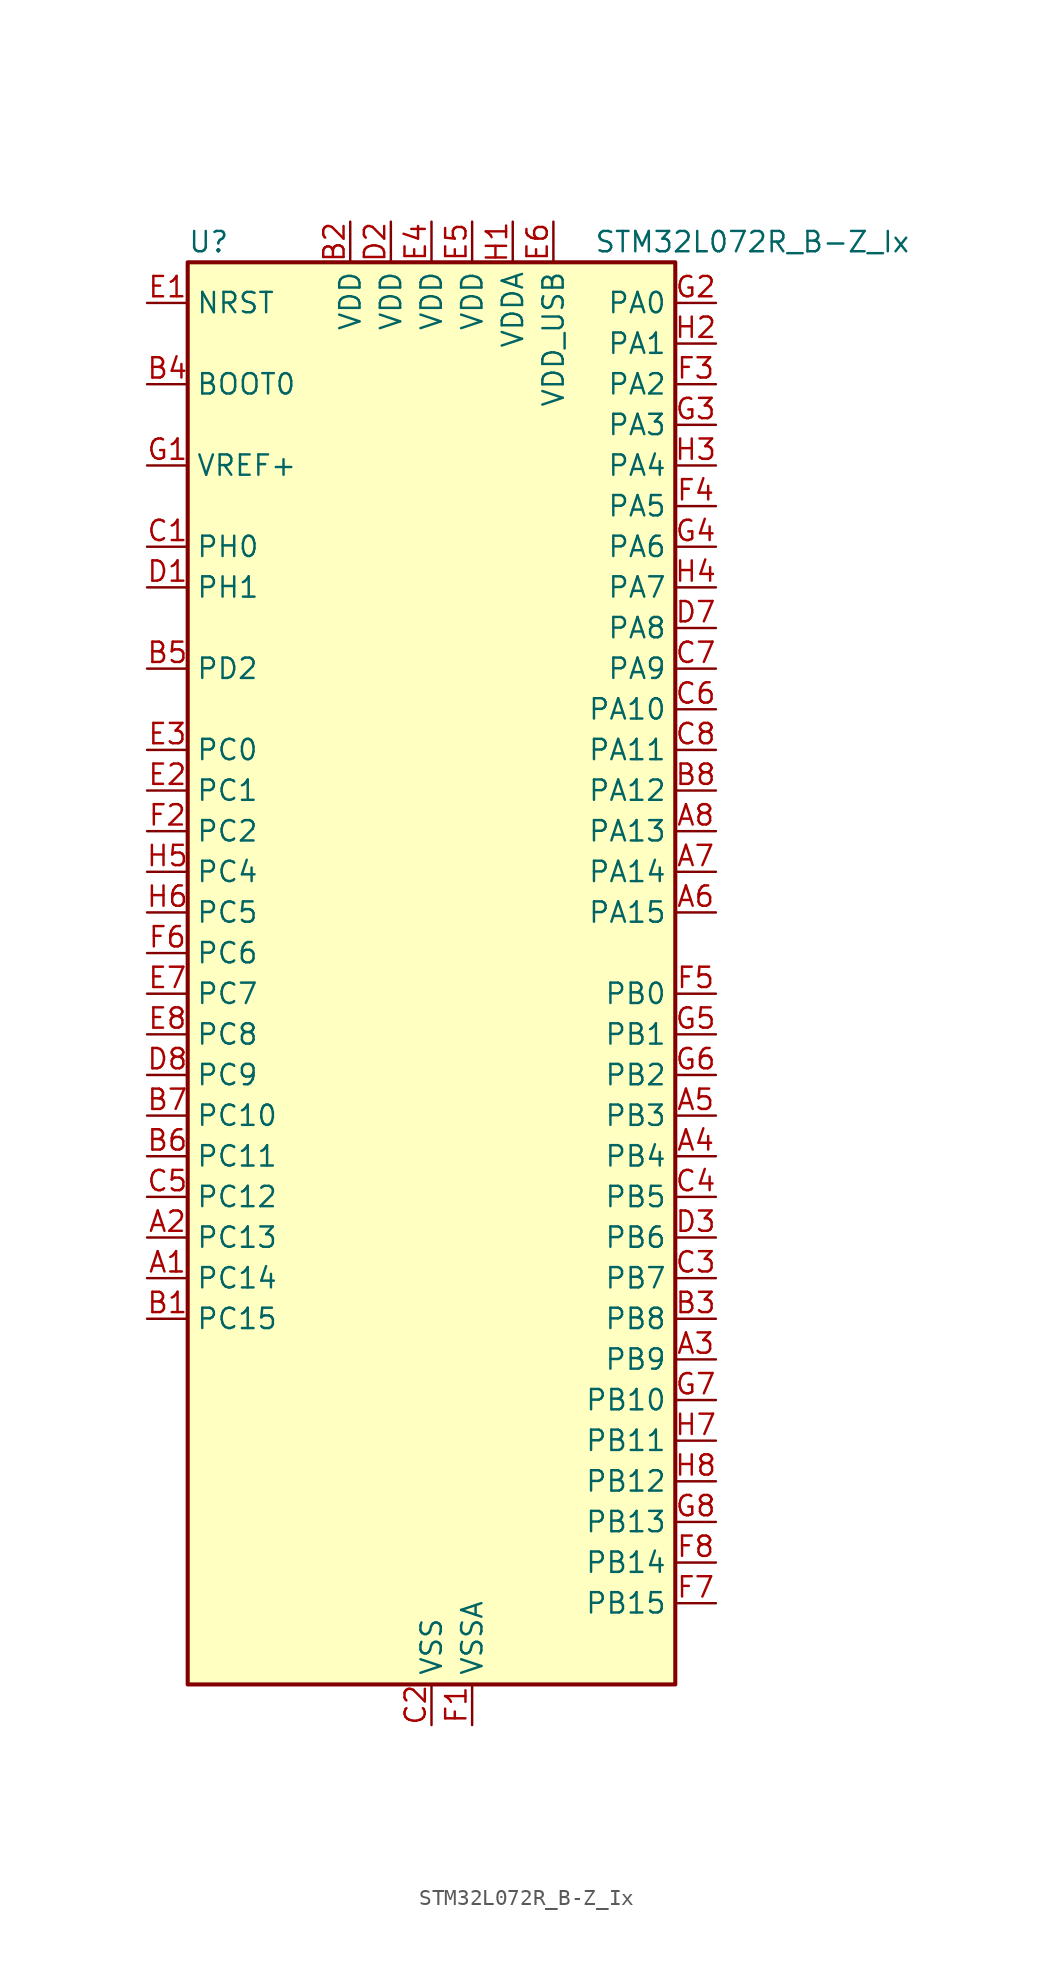
<source format=kicad_sym>
(kicad_symbol_lib
  (version 20220914)
  (generator kicad_symbol_editor)
  (symbol "STM32L072R_B-Z_Ix"
    (property "Reference" "U"
      (at -15.24 46.99 0)
      (effects (font (size 1.27 1.27)) (justify left)))
    (property "Value" "STM32L072R_B-Z_Ix"
      (at 10.16 46.99 0)
      (effects (font (size 1.27 1.27)) (justify left)))
    (property "ki_locked" ""
      (at 0 0 0)
      (effects (font (size 1.27 1.27))))
    (symbol "STM32L072R_B-Z_Ix_0_1"
      (rectangle (start -15.24 -43.18) (end 15.24 45.72) (stroke (width 0.254) (type default)) (fill (type background))))
    (symbol "STM32L072R_B-Z_Ix_1_1"
      (pin bidirectional line (at -17.78 -17.78 0) (length 2.54) (name "PC14" (effects (font (size 1.27 1.27)))) (number "A1" (effects (font (size 1.27 1.27)))) (alternate "RCC_OSC32_IN" bidirectional line))
      (pin bidirectional line (at -17.78 -15.24 0) (length 2.54) (name "PC13" (effects (font (size 1.27 1.27)))) (number "A2" (effects (font (size 1.27 1.27)))) (alternate "RTC_OUT_ALARM" bidirectional line) (alternate "RTC_OUT_CALIB" bidirectional line) (alternate "RTC_TAMP1" bidirectional line) (alternate "RTC_TS" bidirectional line) (alternate "SYS_WKUP2" bidirectional line))
      (pin bidirectional line (at 17.78 -22.86 180) (length 2.54) (name "PB9" (effects (font (size 1.27 1.27)))) (number "A3" (effects (font (size 1.27 1.27)))) (alternate "DAC_EXTI9" bidirectional line) (alternate "I2C1_SDA" bidirectional line) (alternate "I2S2_WS" bidirectional line) (alternate "SPI2_NSS" bidirectional line))
      (pin bidirectional line (at 17.78 -10.16 180) (length 2.54) (name "PB4" (effects (font (size 1.27 1.27)))) (number "A4" (effects (font (size 1.27 1.27)))) (alternate "COMP2_INP" bidirectional line) (alternate "I2C3_SDA" bidirectional line) (alternate "SPI1_MISO" bidirectional line) (alternate "TIM22_CH1" bidirectional line) (alternate "TIM3_CH1" bidirectional line) (alternate "TSC_G5_IO2" bidirectional line) (alternate "USART1_CTS" bidirectional line) (alternate "USART5_RX" bidirectional line))
      (pin bidirectional line (at 17.78 -7.62 180) (length 2.54) (name "PB3" (effects (font (size 1.27 1.27)))) (number "A5" (effects (font (size 1.27 1.27)))) (alternate "COMP2_INM" bidirectional line) (alternate "SPI1_SCK" bidirectional line) (alternate "TIM2_CH2" bidirectional line) (alternate "TSC_G5_IO1" bidirectional line) (alternate "USART1_DE" bidirectional line) (alternate "USART1_RTS" bidirectional line) (alternate "USART5_TX" bidirectional line))
      (pin bidirectional line (at 17.78 5.08 180) (length 2.54) (name "PA15" (effects (font (size 1.27 1.27)))) (number "A6" (effects (font (size 1.27 1.27)))) (alternate "SPI1_NSS" bidirectional line) (alternate "TIM2_CH1" bidirectional line) (alternate "TIM2_ETR" bidirectional line) (alternate "USART2_RX" bidirectional line) (alternate "USART4_DE" bidirectional line) (alternate "USART4_RTS" bidirectional line))
      (pin bidirectional line (at 17.78 7.62 180) (length 2.54) (name "PA14" (effects (font (size 1.27 1.27)))) (number "A7" (effects (font (size 1.27 1.27)))) (alternate "LPUART1_TX" bidirectional line) (alternate "SYS_SWCLK" bidirectional line) (alternate "USART2_TX" bidirectional line))
      (pin bidirectional line (at 17.78 10.16 180) (length 2.54) (name "PA13" (effects (font (size 1.27 1.27)))) (number "A8" (effects (font (size 1.27 1.27)))) (alternate "LPUART1_RX" bidirectional line) (alternate "SYS_SWDIO" bidirectional line) (alternate "USB_NOE" bidirectional line))
      (pin bidirectional line (at -17.78 -20.32 0) (length 2.54) (name "PC15" (effects (font (size 1.27 1.27)))) (number "B1" (effects (font (size 1.27 1.27)))) (alternate "RCC_OSC32_OUT" bidirectional line))
      (pin power_in line (at -5.08 48.26 270) (length 2.54) (name "VDD" (effects (font (size 1.27 1.27)))) (number "B2" (effects (font (size 1.27 1.27)))))
      (pin bidirectional line (at 17.78 -20.32 180) (length 2.54) (name "PB8" (effects (font (size 1.27 1.27)))) (number "B3" (effects (font (size 1.27 1.27)))) (alternate "I2C1_SCL" bidirectional line) (alternate "TSC_SYNC" bidirectional line))
      (pin input line (at -17.78 38.1 0) (length 2.54) (name "BOOT0" (effects (font (size 1.27 1.27)))) (number "B4" (effects (font (size 1.27 1.27)))))
      (pin bidirectional line (at -17.78 20.32 0) (length 2.54) (name "PD2" (effects (font (size 1.27 1.27)))) (number "B5" (effects (font (size 1.27 1.27)))) (alternate "LPUART1_DE" bidirectional line) (alternate "LPUART1_RTS" bidirectional line) (alternate "TIM3_ETR" bidirectional line) (alternate "USART5_RX" bidirectional line))
      (pin bidirectional line (at -17.78 -10.16 0) (length 2.54) (name "PC11" (effects (font (size 1.27 1.27)))) (number "B6" (effects (font (size 1.27 1.27)))) (alternate "ADC_EXTI11" bidirectional line) (alternate "LPUART1_RX" bidirectional line) (alternate "USART4_RX" bidirectional line))
      (pin bidirectional line (at -17.78 -7.62 0) (length 2.54) (name "PC10" (effects (font (size 1.27 1.27)))) (number "B7" (effects (font (size 1.27 1.27)))) (alternate "LPUART1_TX" bidirectional line) (alternate "USART4_TX" bidirectional line))
      (pin bidirectional line (at 17.78 12.7 180) (length 2.54) (name "PA12" (effects (font (size 1.27 1.27)))) (number "B8" (effects (font (size 1.27 1.27)))) (alternate "COMP2_OUT" bidirectional line) (alternate "SPI1_MOSI" bidirectional line) (alternate "TSC_G4_IO4" bidirectional line) (alternate "USART1_DE" bidirectional line) (alternate "USART1_RTS" bidirectional line) (alternate "USB_DP" bidirectional line))
      (pin bidirectional line (at -17.78 27.94 0) (length 2.54) (name "PH0" (effects (font (size 1.27 1.27)))) (number "C1" (effects (font (size 1.27 1.27)))) (alternate "CRS_SYNC" bidirectional line) (alternate "RCC_OSC_IN" bidirectional line))
      (pin power_in line (at 0 -45.72 90) (length 2.54) (name "VSS" (effects (font (size 1.27 1.27)))) (number "C2" (effects (font (size 1.27 1.27)))))
      (pin bidirectional line (at 17.78 -17.78 180) (length 2.54) (name "PB7" (effects (font (size 1.27 1.27)))) (number "C3" (effects (font (size 1.27 1.27)))) (alternate "COMP2_INP" bidirectional line) (alternate "I2C1_SDA" bidirectional line) (alternate "LPTIM1_IN2" bidirectional line) (alternate "SYS_PVD_IN" bidirectional line) (alternate "TSC_G5_IO4" bidirectional line) (alternate "USART1_RX" bidirectional line) (alternate "USART4_CTS" bidirectional line))
      (pin bidirectional line (at 17.78 -12.7 180) (length 2.54) (name "PB5" (effects (font (size 1.27 1.27)))) (number "C4" (effects (font (size 1.27 1.27)))) (alternate "COMP2_INP" bidirectional line) (alternate "I2C1_SMBA" bidirectional line) (alternate "LPTIM1_IN1" bidirectional line) (alternate "SPI1_MOSI" bidirectional line) (alternate "TIM22_CH2" bidirectional line) (alternate "TIM3_CH2" bidirectional line) (alternate "USART1_CK" bidirectional line) (alternate "USART5_CK" bidirectional line) (alternate "USART5_DE" bidirectional line) (alternate "USART5_RTS" bidirectional line))
      (pin bidirectional line (at -17.78 -12.7 0) (length 2.54) (name "PC12" (effects (font (size 1.27 1.27)))) (number "C5" (effects (font (size 1.27 1.27)))) (alternate "USART4_CK" bidirectional line) (alternate "USART5_TX" bidirectional line))
      (pin bidirectional line (at 17.78 17.78 180) (length 2.54) (name "PA10" (effects (font (size 1.27 1.27)))) (number "C6" (effects (font (size 1.27 1.27)))) (alternate "I2C1_SDA" bidirectional line) (alternate "TSC_G4_IO2" bidirectional line) (alternate "USART1_RX" bidirectional line))
      (pin bidirectional line (at 17.78 20.32 180) (length 2.54) (name "PA9" (effects (font (size 1.27 1.27)))) (number "C7" (effects (font (size 1.27 1.27)))) (alternate "DAC_EXTI9" bidirectional line) (alternate "I2C1_SCL" bidirectional line) (alternate "I2C3_SMBA" bidirectional line) (alternate "RCC_MCO" bidirectional line) (alternate "TSC_G4_IO1" bidirectional line) (alternate "USART1_TX" bidirectional line))
      (pin bidirectional line (at 17.78 15.24 180) (length 2.54) (name "PA11" (effects (font (size 1.27 1.27)))) (number "C8" (effects (font (size 1.27 1.27)))) (alternate "ADC_EXTI11" bidirectional line) (alternate "COMP1_OUT" bidirectional line) (alternate "SPI1_MISO" bidirectional line) (alternate "TSC_G4_IO3" bidirectional line) (alternate "USART1_CTS" bidirectional line) (alternate "USB_DM" bidirectional line))
      (pin bidirectional line (at -17.78 25.4 0) (length 2.54) (name "PH1" (effects (font (size 1.27 1.27)))) (number "D1" (effects (font (size 1.27 1.27)))) (alternate "RCC_OSC_OUT" bidirectional line))
      (pin power_in line (at -2.54 48.26 270) (length 2.54) (name "VDD" (effects (font (size 1.27 1.27)))) (number "D2" (effects (font (size 1.27 1.27)))))
      (pin bidirectional line (at 17.78 -15.24 180) (length 2.54) (name "PB6" (effects (font (size 1.27 1.27)))) (number "D3" (effects (font (size 1.27 1.27)))) (alternate "COMP2_INP" bidirectional line) (alternate "I2C1_SCL" bidirectional line) (alternate "LPTIM1_ETR" bidirectional line) (alternate "TSC_G5_IO3" bidirectional line) (alternate "USART1_TX" bidirectional line))
      (pin passive line (at 0 -45.72 90) (length 2.54) hide (name "VSS" (effects (font (size 1.27 1.27)))) (number "D4" (effects (font (size 1.27 1.27)))))
      (pin passive line (at 0 -45.72 90) (length 2.54) hide (name "VSS" (effects (font (size 1.27 1.27)))) (number "D5" (effects (font (size 1.27 1.27)))))
      (pin passive line (at 0 -45.72 90) (length 2.54) hide (name "VSS" (effects (font (size 1.27 1.27)))) (number "D6" (effects (font (size 1.27 1.27)))))
      (pin bidirectional line (at 17.78 22.86 180) (length 2.54) (name "PA8" (effects (font (size 1.27 1.27)))) (number "D7" (effects (font (size 1.27 1.27)))) (alternate "CRS_SYNC" bidirectional line) (alternate "I2C3_SCL" bidirectional line) (alternate "RCC_MCO" bidirectional line) (alternate "USART1_CK" bidirectional line))
      (pin bidirectional line (at -17.78 -5.08 0) (length 2.54) (name "PC9" (effects (font (size 1.27 1.27)))) (number "D8" (effects (font (size 1.27 1.27)))) (alternate "DAC_EXTI9" bidirectional line) (alternate "I2C3_SDA" bidirectional line) (alternate "TIM21_ETR" bidirectional line) (alternate "TIM3_CH4" bidirectional line) (alternate "TSC_G8_IO4" bidirectional line) (alternate "USB_NOE" bidirectional line))
      (pin input line (at -17.78 43.18 0) (length 2.54) (name "NRST" (effects (font (size 1.27 1.27)))) (number "E1" (effects (font (size 1.27 1.27)))))
      (pin bidirectional line (at -17.78 12.7 0) (length 2.54) (name "PC1" (effects (font (size 1.27 1.27)))) (number "E2" (effects (font (size 1.27 1.27)))) (alternate "ADC_IN11" bidirectional line) (alternate "I2C3_SDA" bidirectional line) (alternate "LPTIM1_OUT" bidirectional line) (alternate "LPUART1_TX" bidirectional line) (alternate "TSC_G7_IO2" bidirectional line))
      (pin bidirectional line (at -17.78 15.24 0) (length 2.54) (name "PC0" (effects (font (size 1.27 1.27)))) (number "E3" (effects (font (size 1.27 1.27)))) (alternate "ADC_IN10" bidirectional line) (alternate "I2C3_SCL" bidirectional line) (alternate "LPTIM1_IN1" bidirectional line) (alternate "LPUART1_RX" bidirectional line) (alternate "TSC_G7_IO1" bidirectional line))
      (pin power_in line (at 0 48.26 270) (length 2.54) (name "VDD" (effects (font (size 1.27 1.27)))) (number "E4" (effects (font (size 1.27 1.27)))))
      (pin power_in line (at 2.54 48.26 270) (length 2.54) (name "VDD" (effects (font (size 1.27 1.27)))) (number "E5" (effects (font (size 1.27 1.27)))))
      (pin power_in line (at 7.62 48.26 270) (length 2.54) (name "VDD_USB" (effects (font (size 1.27 1.27)))) (number "E6" (effects (font (size 1.27 1.27)))))
      (pin bidirectional line (at -17.78 0 0) (length 2.54) (name "PC7" (effects (font (size 1.27 1.27)))) (number "E7" (effects (font (size 1.27 1.27)))) (alternate "TIM22_CH2" bidirectional line) (alternate "TIM3_CH2" bidirectional line) (alternate "TSC_G8_IO2" bidirectional line))
      (pin bidirectional line (at -17.78 -2.54 0) (length 2.54) (name "PC8" (effects (font (size 1.27 1.27)))) (number "E8" (effects (font (size 1.27 1.27)))) (alternate "TIM22_ETR" bidirectional line) (alternate "TIM3_CH3" bidirectional line) (alternate "TSC_G8_IO3" bidirectional line))
      (pin power_in line (at 2.54 -45.72 90) (length 2.54) (name "VSSA" (effects (font (size 1.27 1.27)))) (number "F1" (effects (font (size 1.27 1.27)))))
      (pin bidirectional line (at -17.78 10.16 0) (length 2.54) (name "PC2" (effects (font (size 1.27 1.27)))) (number "F2" (effects (font (size 1.27 1.27)))) (alternate "ADC_IN12" bidirectional line) (alternate "I2S2_MCK" bidirectional line) (alternate "LPTIM1_IN2" bidirectional line) (alternate "SPI2_MISO" bidirectional line) (alternate "TSC_G7_IO3" bidirectional line))
      (pin bidirectional line (at 17.78 38.1 180) (length 2.54) (name "PA2" (effects (font (size 1.27 1.27)))) (number "F3" (effects (font (size 1.27 1.27)))) (alternate "ADC_IN2" bidirectional line) (alternate "COMP2_INM" bidirectional line) (alternate "COMP2_OUT" bidirectional line) (alternate "LPUART1_TX" bidirectional line) (alternate "TIM21_CH1" bidirectional line) (alternate "TIM2_CH3" bidirectional line) (alternate "TSC_G1_IO3" bidirectional line) (alternate "USART2_TX" bidirectional line))
      (pin bidirectional line (at 17.78 30.48 180) (length 2.54) (name "PA5" (effects (font (size 1.27 1.27)))) (number "F4" (effects (font (size 1.27 1.27)))) (alternate "ADC_IN5" bidirectional line) (alternate "COMP1_INM" bidirectional line) (alternate "COMP2_INM" bidirectional line) (alternate "DAC_OUT2" bidirectional line) (alternate "SPI1_SCK" bidirectional line) (alternate "TIM2_CH1" bidirectional line) (alternate "TIM2_ETR" bidirectional line) (alternate "TSC_G2_IO2" bidirectional line))
      (pin bidirectional line (at 17.78 0 180) (length 2.54) (name "PB0" (effects (font (size 1.27 1.27)))) (number "F5" (effects (font (size 1.27 1.27)))) (alternate "ADC_IN8" bidirectional line) (alternate "SYS_VREF_OUT_PB0" bidirectional line) (alternate "TIM3_CH3" bidirectional line) (alternate "TSC_G3_IO2" bidirectional line))
      (pin bidirectional line (at -17.78 2.54 0) (length 2.54) (name "PC6" (effects (font (size 1.27 1.27)))) (number "F6" (effects (font (size 1.27 1.27)))) (alternate "TIM22_CH1" bidirectional line) (alternate "TIM3_CH1" bidirectional line) (alternate "TSC_G8_IO1" bidirectional line))
      (pin bidirectional line (at 17.78 -38.1 180) (length 2.54) (name "PB15" (effects (font (size 1.27 1.27)))) (number "F7" (effects (font (size 1.27 1.27)))) (alternate "I2S2_SD" bidirectional line) (alternate "RTC_REFIN" bidirectional line) (alternate "SPI2_MOSI" bidirectional line))
      (pin bidirectional line (at 17.78 -35.56 180) (length 2.54) (name "PB14" (effects (font (size 1.27 1.27)))) (number "F8" (effects (font (size 1.27 1.27)))) (alternate "I2C2_SDA" bidirectional line) (alternate "I2S2_MCK" bidirectional line) (alternate "LPUART1_DE" bidirectional line) (alternate "LPUART1_RTS" bidirectional line) (alternate "RTC_OUT_ALARM" bidirectional line) (alternate "RTC_OUT_CALIB" bidirectional line) (alternate "SPI2_MISO" bidirectional line) (alternate "TIM21_CH2" bidirectional line) (alternate "TSC_G6_IO4" bidirectional line))
      (pin input line (at -17.78 33.02 0) (length 2.54) (name "VREF+" (effects (font (size 1.27 1.27)))) (number "G1" (effects (font (size 1.27 1.27)))))
      (pin bidirectional line (at 17.78 43.18 180) (length 2.54) (name "PA0" (effects (font (size 1.27 1.27)))) (number "G2" (effects (font (size 1.27 1.27)))) (alternate "ADC_IN0" bidirectional line) (alternate "COMP1_INM" bidirectional line) (alternate "COMP1_OUT" bidirectional line) (alternate "RTC_TAMP2" bidirectional line) (alternate "SYS_WKUP1" bidirectional line) (alternate "TIM2_CH1" bidirectional line) (alternate "TIM2_ETR" bidirectional line) (alternate "TSC_G1_IO1" bidirectional line) (alternate "USART2_CTS" bidirectional line) (alternate "USART4_TX" bidirectional line))
      (pin bidirectional line (at 17.78 35.56 180) (length 2.54) (name "PA3" (effects (font (size 1.27 1.27)))) (number "G3" (effects (font (size 1.27 1.27)))) (alternate "ADC_IN3" bidirectional line) (alternate "COMP2_INP" bidirectional line) (alternate "LPUART1_RX" bidirectional line) (alternate "TIM21_CH2" bidirectional line) (alternate "TIM2_CH4" bidirectional line) (alternate "TSC_G1_IO4" bidirectional line) (alternate "USART2_RX" bidirectional line))
      (pin bidirectional line (at 17.78 27.94 180) (length 2.54) (name "PA6" (effects (font (size 1.27 1.27)))) (number "G4" (effects (font (size 1.27 1.27)))) (alternate "ADC_IN6" bidirectional line) (alternate "COMP1_OUT" bidirectional line) (alternate "LPUART1_CTS" bidirectional line) (alternate "SPI1_MISO" bidirectional line) (alternate "TIM22_CH1" bidirectional line) (alternate "TIM3_CH1" bidirectional line) (alternate "TSC_G2_IO3" bidirectional line))
      (pin bidirectional line (at 17.78 -2.54 180) (length 2.54) (name "PB1" (effects (font (size 1.27 1.27)))) (number "G5" (effects (font (size 1.27 1.27)))) (alternate "ADC_IN9" bidirectional line) (alternate "LPUART1_DE" bidirectional line) (alternate "LPUART1_RTS" bidirectional line) (alternate "SYS_VREF_OUT_PB1" bidirectional line) (alternate "TIM3_CH4" bidirectional line) (alternate "TSC_G3_IO3" bidirectional line))
      (pin bidirectional line (at 17.78 -5.08 180) (length 2.54) (name "PB2" (effects (font (size 1.27 1.27)))) (number "G6" (effects (font (size 1.27 1.27)))) (alternate "I2C3_SMBA" bidirectional line) (alternate "LPTIM1_OUT" bidirectional line) (alternate "TSC_G3_IO4" bidirectional line))
      (pin bidirectional line (at 17.78 -25.4 180) (length 2.54) (name "PB10" (effects (font (size 1.27 1.27)))) (number "G7" (effects (font (size 1.27 1.27)))) (alternate "I2C2_SCL" bidirectional line) (alternate "LPUART1_RX" bidirectional line) (alternate "LPUART1_TX" bidirectional line) (alternate "SPI2_SCK" bidirectional line) (alternate "TIM2_CH3" bidirectional line) (alternate "TSC_SYNC" bidirectional line))
      (pin bidirectional line (at 17.78 -33.02 180) (length 2.54) (name "PB13" (effects (font (size 1.27 1.27)))) (number "G8" (effects (font (size 1.27 1.27)))) (alternate "I2C2_SCL" bidirectional line) (alternate "I2S2_CK" bidirectional line) (alternate "LPUART1_CTS" bidirectional line) (alternate "RCC_MCO" bidirectional line) (alternate "SPI2_SCK" bidirectional line) (alternate "TIM21_CH1" bidirectional line) (alternate "TSC_G6_IO3" bidirectional line))
      (pin power_in line (at 5.08 48.26 270) (length 2.54) (name "VDDA" (effects (font (size 1.27 1.27)))) (number "H1" (effects (font (size 1.27 1.27)))))
      (pin bidirectional line (at 17.78 40.64 180) (length 2.54) (name "PA1" (effects (font (size 1.27 1.27)))) (number "H2" (effects (font (size 1.27 1.27)))) (alternate "ADC_IN1" bidirectional line) (alternate "COMP1_INP" bidirectional line) (alternate "TIM21_ETR" bidirectional line) (alternate "TIM2_CH2" bidirectional line) (alternate "TSC_G1_IO2" bidirectional line) (alternate "USART2_DE" bidirectional line) (alternate "USART2_RTS" bidirectional line) (alternate "USART4_RX" bidirectional line))
      (pin bidirectional line (at 17.78 33.02 180) (length 2.54) (name "PA4" (effects (font (size 1.27 1.27)))) (number "H3" (effects (font (size 1.27 1.27)))) (alternate "ADC_IN4" bidirectional line) (alternate "COMP1_INM" bidirectional line) (alternate "COMP2_INM" bidirectional line) (alternate "DAC_OUT1" bidirectional line) (alternate "SPI1_NSS" bidirectional line) (alternate "TIM22_ETR" bidirectional line) (alternate "TSC_G2_IO1" bidirectional line) (alternate "USART2_CK" bidirectional line))
      (pin bidirectional line (at 17.78 25.4 180) (length 2.54) (name "PA7" (effects (font (size 1.27 1.27)))) (number "H4" (effects (font (size 1.27 1.27)))) (alternate "ADC_IN7" bidirectional line) (alternate "COMP2_OUT" bidirectional line) (alternate "SPI1_MOSI" bidirectional line) (alternate "TIM22_CH2" bidirectional line) (alternate "TIM3_CH2" bidirectional line) (alternate "TSC_G2_IO4" bidirectional line))
      (pin bidirectional line (at -17.78 7.62 0) (length 2.54) (name "PC4" (effects (font (size 1.27 1.27)))) (number "H5" (effects (font (size 1.27 1.27)))) (alternate "ADC_IN14" bidirectional line) (alternate "LPUART1_TX" bidirectional line))
      (pin bidirectional line (at -17.78 5.08 0) (length 2.54) (name "PC5" (effects (font (size 1.27 1.27)))) (number "H6" (effects (font (size 1.27 1.27)))) (alternate "ADC_IN15" bidirectional line) (alternate "LPUART1_RX" bidirectional line) (alternate "TSC_G3_IO1" bidirectional line))
      (pin bidirectional line (at 17.78 -27.94 180) (length 2.54) (name "PB11" (effects (font (size 1.27 1.27)))) (number "H7" (effects (font (size 1.27 1.27)))) (alternate "ADC_EXTI11" bidirectional line) (alternate "I2C2_SDA" bidirectional line) (alternate "LPUART1_RX" bidirectional line) (alternate "LPUART1_TX" bidirectional line) (alternate "TIM2_CH4" bidirectional line) (alternate "TSC_G6_IO1" bidirectional line))
      (pin bidirectional line (at 17.78 -30.48 180) (length 2.54) (name "PB12" (effects (font (size 1.27 1.27)))) (number "H8" (effects (font (size 1.27 1.27)))) (alternate "I2S2_WS" bidirectional line) (alternate "LPUART1_DE" bidirectional line) (alternate "LPUART1_RTS" bidirectional line) (alternate "SPI2_NSS" bidirectional line) (alternate "TSC_G6_IO2" bidirectional line)))))
</source>
